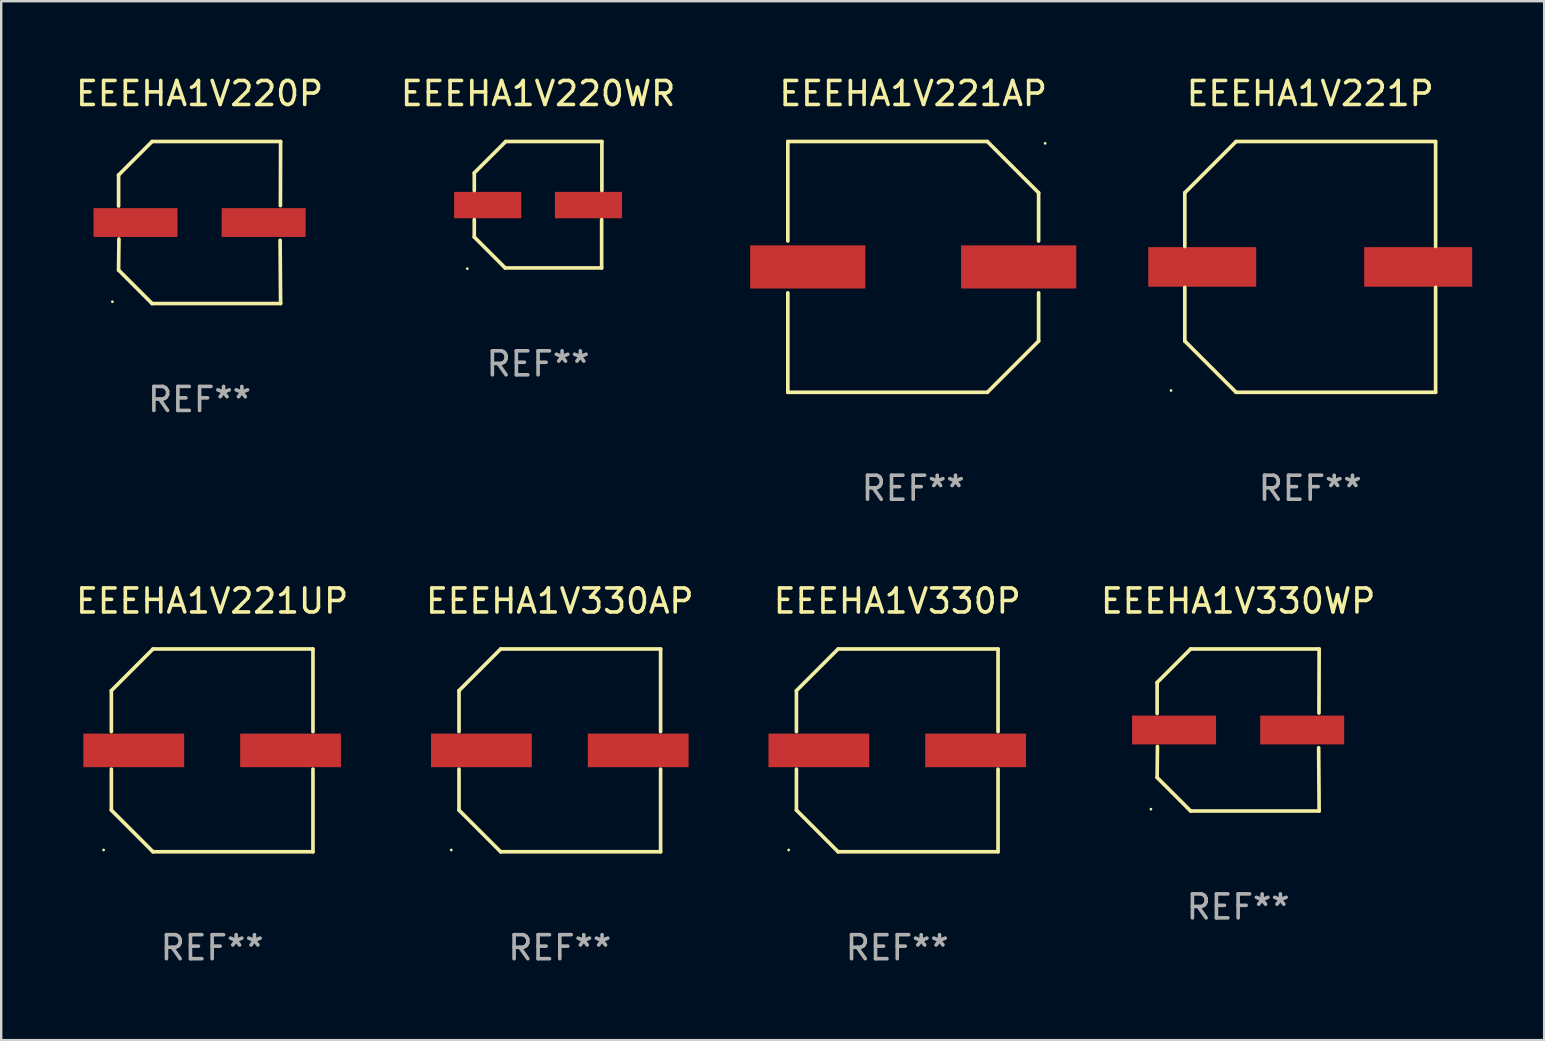
<source format=kicad_pcb>
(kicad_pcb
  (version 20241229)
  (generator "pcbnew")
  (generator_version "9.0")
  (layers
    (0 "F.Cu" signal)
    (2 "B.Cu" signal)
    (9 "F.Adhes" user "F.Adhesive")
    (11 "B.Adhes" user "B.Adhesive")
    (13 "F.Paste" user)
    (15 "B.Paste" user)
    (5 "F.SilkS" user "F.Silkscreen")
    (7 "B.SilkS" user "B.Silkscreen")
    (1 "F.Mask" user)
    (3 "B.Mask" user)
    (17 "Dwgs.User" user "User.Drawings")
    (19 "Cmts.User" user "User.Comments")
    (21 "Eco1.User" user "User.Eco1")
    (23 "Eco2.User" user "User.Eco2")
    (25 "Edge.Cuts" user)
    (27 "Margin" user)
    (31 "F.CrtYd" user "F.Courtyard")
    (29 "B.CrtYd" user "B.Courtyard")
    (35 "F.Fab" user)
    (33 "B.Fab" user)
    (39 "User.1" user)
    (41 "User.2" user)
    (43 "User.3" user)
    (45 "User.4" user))
  (footprint "EEEHA1V220WR"
    (layer "F.Cu")
    (at 19.375 5.482)
    (property "Reference" "EEEHA1V220WR" (at 0 -4.634 0) (layer "F.SilkS") (effects (font (size 1 1) (thickness 0.15))))
    (attr through_hole)
    (fp_line (start -2.659 -1.326) (end -2.659 -0.592) (stroke (width 0.152) (type solid)) (layer "F.SilkS"))
    (fp_line (start -2.659 1.346) (end -2.659 0.622) (stroke (width 0.152) (type solid)) (layer "F.SilkS"))
    (fp_line (start -1.372 2.634) (end -2.659 1.346) (stroke (width 0.152) (type solid)) (layer "F.SilkS"))
    (fp_line (start -1.349 -2.634) (end -2.659 -1.326) (stroke (width 0.152) (type solid)) (layer "F.SilkS"))
    (fp_line (start 2.649 0.622) (end 2.649 2.634) (stroke (width 0.152) (type solid)) (layer "F.SilkS"))
    (fp_line (start 2.649 2.634) (end -1.372 2.634) (stroke (width 0.152) (type solid)) (layer "F.SilkS"))
    (fp_line (start 2.659 -2.634) (end -1.349 -2.634) (stroke (width 0.152) (type solid)) (layer "F.SilkS"))
    (fp_line (start 2.659 -0.592) (end 2.659 -2.634) (stroke (width 0.152) (type solid)) (layer "F.SilkS"))
    (fp_circle (center -2.95 2.665) (end -2.92 2.665) (stroke (width 0.06) (type solid)) (fill no) (layer "F.SilkS"))
    (fp_text user "REF**" (at 0 6.634 0) (layer "F.Fab") (effects (font (size 1 1) (thickness 0.15))))
    (pad "1" smd rect (at -2.1 0.015) (size 2.8 1.1) (layers "F.Cu" "F.Mask" "F.Paste"))
    (pad "2" smd rect (at 2.1 0.015) (size 2.8 1.1) (layers "F.Cu" "F.Mask" "F.Paste")))
  (footprint "EEEHA1V221UP"
    (layer "F.Cu")
    (at 5.792 28.223)
    (property "Reference" "EEEHA1V221UP" (at 0 -6.226 0) (layer "F.SilkS") (effects (font (size 1 1) (thickness 0.15))))
    (attr through_hole)
    (fp_line (start -4.201 -2.49) (end -4.201 -0.782) (stroke (width 0.152) (type solid)) (layer "F.SilkS"))
    (fp_line (start -4.201 2.49) (end -4.201 0.782) (stroke (width 0.152) (type solid)) (layer "F.SilkS"))
    (fp_line (start -2.465 -4.226) (end -4.201 -2.49) (stroke (width 0.152) (type solid)) (layer "F.SilkS"))
    (fp_line (start -2.465 4.226) (end -4.201 2.49) (stroke (width 0.152) (type solid)) (layer "F.SilkS"))
    (fp_line (start 4.201 -4.226) (end -2.465 -4.226) (stroke (width 0.152) (type solid)) (layer "F.SilkS"))
    (fp_line (start 4.201 -0.782) (end 4.201 -4.226) (stroke (width 0.152) (type solid)) (layer "F.SilkS"))
    (fp_line (start 4.201 0.782) (end 4.201 4.226) (stroke (width 0.152) (type solid)) (layer "F.SilkS"))
    (fp_line (start 4.201 4.226) (end -2.465 4.226) (stroke (width 0.152) (type solid)) (layer "F.SilkS"))
    (fp_circle (center -4.524 4.15) (end -4.494 4.15) (stroke (width 0.06) (type solid)) (fill no) (layer "F.SilkS"))
    (fp_text user "REF**" (at 0 8.226 0) (layer "F.Fab") (effects (font (size 1 1) (thickness 0.15))))
    (pad "1" smd rect (at -3.267 0) (size 4.2 1.4) (layers "F.Cu" "F.Mask" "F.Paste"))
    (pad "2" smd rect (at 3.267 0) (size 4.2 1.4) (layers "F.Cu" "F.Mask" "F.Paste")))
  (footprint "EEEHA1V330P"
    (layer "F.Cu")
    (at 34.343 28.223)
    (property "Reference" "EEEHA1V330P" (at 0 -6.226 0) (layer "F.SilkS") (effects (font (size 1 1) (thickness 0.15))))
    (attr through_hole)
    (fp_line (start -4.201 -2.49) (end -4.201 -0.782) (stroke (width 0.152) (type solid)) (layer "F.SilkS"))
    (fp_line (start -4.201 2.49) (end -4.201 0.782) (stroke (width 0.152) (type solid)) (layer "F.SilkS"))
    (fp_line (start -2.465 -4.226) (end -4.201 -2.49) (stroke (width 0.152) (type solid)) (layer "F.SilkS"))
    (fp_line (start -2.465 4.226) (end -4.201 2.49) (stroke (width 0.152) (type solid)) (layer "F.SilkS"))
    (fp_line (start 4.201 -4.226) (end -2.465 -4.226) (stroke (width 0.152) (type solid)) (layer "F.SilkS"))
    (fp_line (start 4.201 -0.782) (end 4.201 -4.226) (stroke (width 0.152) (type solid)) (layer "F.SilkS"))
    (fp_line (start 4.201 0.782) (end 4.201 4.226) (stroke (width 0.152) (type solid)) (layer "F.SilkS"))
    (fp_line (start 4.201 4.226) (end -2.465 4.226) (stroke (width 0.152) (type solid)) (layer "F.SilkS"))
    (fp_circle (center -4.524 4.15) (end -4.494 4.15) (stroke (width 0.06) (type solid)) (fill no) (layer "F.SilkS"))
    (fp_text user "REF**" (at 0 8.226 0) (layer "F.Fab") (effects (font (size 1 1) (thickness 0.15))))
    (pad "1" smd rect (at -3.267 0) (size 4.2 1.4) (layers "F.Cu" "F.Mask" "F.Paste"))
    (pad "2" smd rect (at 3.267 0) (size 4.2 1.4) (layers "F.Cu" "F.Mask" "F.Paste")))
  (footprint "EEEHA1V221P"
    (layer "F.Cu")
    (at 51.554 8.074)
    (property "Reference" "EEEHA1V221P" (at 0 -7.226 0) (layer "F.SilkS") (effects (font (size 1 1) (thickness 0.15))))
    (attr through_hole)
    (fp_line (start -5.226 -3.09) (end -5.226 -0.852) (stroke (width 0.152) (type solid)) (layer "F.SilkS"))
    (fp_line (start -5.226 3.09) (end -5.226 0.852) (stroke (width 0.152) (type solid)) (layer "F.SilkS"))
    (fp_line (start -3.09 -5.226) (end -5.226 -3.09) (stroke (width 0.152) (type solid)) (layer "F.SilkS"))
    (fp_line (start -3.09 5.226) (end -5.226 3.09) (stroke (width 0.152) (type solid)) (layer "F.SilkS"))
    (fp_line (start 5.226 -5.226) (end -3.09 -5.226) (stroke (width 0.152) (type solid)) (layer "F.SilkS"))
    (fp_line (start 5.226 -0.852) (end 5.226 -5.226) (stroke (width 0.152) (type solid)) (layer "F.SilkS"))
    (fp_line (start 5.226 0.852) (end 5.226 5.226) (stroke (width 0.152) (type solid)) (layer "F.SilkS"))
    (fp_line (start 5.226 5.226) (end -3.09 5.226) (stroke (width 0.152) (type solid)) (layer "F.SilkS"))
    (fp_circle (center -5.8 5.15) (end -5.77 5.15) (stroke (width 0.06) (type solid)) (fill no) (layer "F.SilkS"))
    (fp_text user "REF**" (at 0 9.226 0) (layer "F.Fab") (effects (font (size 1 1) (thickness 0.15))))
    (pad "1" smd rect (at -4.5 0) (size 4.5 1.65) (layers "F.Cu" "F.Mask" "F.Paste"))
    (pad "2" smd rect (at 4.5 0) (size 4.5 1.65) (layers "F.Cu" "F.Mask" "F.Paste")))
  (footprint "EEEHA1V221AP"
    (layer "F.Cu")
    (at 35.009 8.074)
    (property "Reference" "EEEHA1V221AP" (at 0 -7.226 0) (layer "F.SilkS") (effects (font (size 1 1) (thickness 0.15))))
    (attr through_hole)
    (fp_line (start -5.226 -5.226) (end -5.226 -1.08) (stroke (width 0.152) (type solid)) (layer "F.SilkS"))
    (fp_line (start -5.226 -5.226) (end 3.09 -5.226) (stroke (width 0.152) (type solid)) (layer "F.SilkS"))
    (fp_line (start -5.226 1.08) (end -5.226 5.226) (stroke (width 0.152) (type solid)) (layer "F.SilkS"))
    (fp_line (start -5.226 5.226) (end 3.09 5.226) (stroke (width 0.152) (type solid)) (layer "F.SilkS"))
    (fp_line (start 3.09 -5.226) (end 5.226 -3.09) (stroke (width 0.152) (type solid)) (layer "F.SilkS"))
    (fp_line (start 3.09 5.226) (end 5.226 3.09) (stroke (width 0.152) (type solid)) (layer "F.SilkS"))
    (fp_line (start 5.226 -1.08) (end 5.226 -3.09) (stroke (width 0.152) (type solid)) (layer "F.SilkS"))
    (fp_line (start 5.226 3.09) (end 5.226 1.08) (stroke (width 0.152) (type solid)) (layer "F.SilkS"))
    (fp_circle (center 5.5 -5.15) (end 5.53 -5.15) (stroke (width 0.06) (type solid)) (fill no) (layer "F.SilkS"))
    (fp_text user "REF**" (at 0 9.226 0) (layer "F.Fab") (effects (font (size 1 1) (thickness 0.15))))
    (pad "1" smd rect (at 4.395 0 180) (size 4.8 1.8) (layers "F.Cu" "F.Mask" "F.Paste"))
    (pad "2" smd rect (at -4.395 0 180) (size 4.8 1.8) (layers "F.Cu" "F.Mask" "F.Paste")))
  (footprint "EEEHA1V330WP"
    (layer "F.Cu")
    (at 48.55 27.373)
    (property "Reference" "EEEHA1V330WP" (at 0 -5.376 0) (layer "F.SilkS") (effects (font (size 1 1) (thickness 0.15))))
    (attr through_hole)
    (fp_line (start -3.376 -1.98) (end -3.376 -0.686) (stroke (width 0.152) (type solid)) (layer "F.SilkS"))
    (fp_line (start -3.376 1.981) (end -3.362 0.686) (stroke (width 0.152) (type solid)) (layer "F.SilkS"))
    (fp_line (start -1.981 3.376) (end -3.376 1.981) (stroke (width 0.152) (type solid)) (layer "F.SilkS"))
    (fp_line (start -1.98 -3.376) (end -3.376 -1.98) (stroke (width 0.152) (type solid)) (layer "F.SilkS"))
    (fp_line (start 3.356 0.74) (end 3.376 3.376) (stroke (width 0.152) (type solid)) (layer "F.SilkS"))
    (fp_line (start 3.369 -0.707) (end 3.376 -3.376) (stroke (width 0.152) (type solid)) (layer "F.SilkS"))
    (fp_line (start 3.376 3.376) (end -1.981 3.376) (stroke (width 0.152) (type solid)) (layer "F.SilkS"))
    (fp_line (start 3.376 -3.376) (end -1.98 -3.376) (stroke (width 0.152) (type solid)) (layer "F.SilkS"))
    (fp_circle (center -3.634 3.3) (end -3.604 3.3) (stroke (width 0.06) (type solid)) (fill no) (layer "F.SilkS"))
    (fp_text user "REF**" (at 0 7.376 0) (layer "F.Fab") (effects (font (size 1 1) (thickness 0.15))))
    (pad "1" smd rect (at -2.67 0.000254) (size 3.5 1.2) (layers "F.Cu" "F.Mask" "F.Paste"))
    (pad "2" smd rect (at 2.67 0.000254) (size 3.5 1.2) (layers "F.Cu" "F.Mask" "F.Paste")))
  (footprint "EEEHA1V220P"
    (layer "F.Cu")
    (at 5.268 6.224)
    (property "Reference" "EEEHA1V220P" (at 0 -5.376 0) (layer "F.SilkS") (effects (font (size 1 1) (thickness 0.15))))
    (attr through_hole)
    (fp_line (start -3.376 -1.98) (end -3.376 -0.686) (stroke (width 0.152) (type solid)) (layer "F.SilkS"))
    (fp_line (start -3.376 1.981) (end -3.362 0.686) (stroke (width 0.152) (type solid)) (layer "F.SilkS"))
    (fp_line (start -1.981 3.376) (end -3.376 1.981) (stroke (width 0.152) (type solid)) (layer "F.SilkS"))
    (fp_line (start -1.98 -3.376) (end -3.376 -1.98) (stroke (width 0.152) (type solid)) (layer "F.SilkS"))
    (fp_line (start 3.356 0.74) (end 3.376 3.376) (stroke (width 0.152) (type solid)) (layer "F.SilkS"))
    (fp_line (start 3.369 -0.707) (end 3.376 -3.376) (stroke (width 0.152) (type solid)) (layer "F.SilkS"))
    (fp_line (start 3.376 3.376) (end -1.981 3.376) (stroke (width 0.152) (type solid)) (layer "F.SilkS"))
    (fp_line (start 3.376 -3.376) (end -1.98 -3.376) (stroke (width 0.152) (type solid)) (layer "F.SilkS"))
    (fp_circle (center -3.634 3.3) (end -3.604 3.3) (stroke (width 0.06) (type solid)) (fill no) (layer "F.SilkS"))
    (fp_text user "REF**" (at 0 7.376 0) (layer "F.Fab") (effects (font (size 1 1) (thickness 0.15))))
    (pad "1" smd rect (at -2.67 0.000254) (size 3.5 1.2) (layers "F.Cu" "F.Mask" "F.Paste"))
    (pad "2" smd rect (at 2.67 0.000254) (size 3.5 1.2) (layers "F.Cu" "F.Mask" "F.Paste")))
  (footprint "EEEHA1V330AP"
    (layer "F.Cu")
    (at 20.28 28.223)
    (property "Reference" "EEEHA1V330AP" (at 0 -6.226 0) (layer "F.SilkS") (effects (font (size 1 1) (thickness 0.15))))
    (attr through_hole)
    (fp_line (start -4.201 -2.49) (end -4.201 -0.782) (stroke (width 0.152) (type solid)) (layer "F.SilkS"))
    (fp_line (start -4.201 2.49) (end -4.201 0.782) (stroke (width 0.152) (type solid)) (layer "F.SilkS"))
    (fp_line (start -2.465 -4.226) (end -4.201 -2.49) (stroke (width 0.152) (type solid)) (layer "F.SilkS"))
    (fp_line (start -2.465 4.226) (end -4.201 2.49) (stroke (width 0.152) (type solid)) (layer "F.SilkS"))
    (fp_line (start 4.201 -4.226) (end -2.465 -4.226) (stroke (width 0.152) (type solid)) (layer "F.SilkS"))
    (fp_line (start 4.201 -0.782) (end 4.201 -4.226) (stroke (width 0.152) (type solid)) (layer "F.SilkS"))
    (fp_line (start 4.201 0.782) (end 4.201 4.226) (stroke (width 0.152) (type solid)) (layer "F.SilkS"))
    (fp_line (start 4.201 4.226) (end -2.465 4.226) (stroke (width 0.152) (type solid)) (layer "F.SilkS"))
    (fp_circle (center -4.524 4.15) (end -4.494 4.15) (stroke (width 0.06) (type solid)) (fill no) (layer "F.SilkS"))
    (fp_text user "REF**" (at 0 8.226 0) (layer "F.Fab") (effects (font (size 1 1) (thickness 0.15))))
    (pad "1" smd rect (at -3.267 0) (size 4.2 1.4) (layers "F.Cu" "F.Mask" "F.Paste"))
    (pad "2" smd rect (at 3.267 0) (size 4.2 1.4) (layers "F.Cu" "F.Mask" "F.Paste")))
  (gr_rect
    (start -3 -3)
    (end 61.304 40.298)
    (stroke (width 0.1) (type default))
    (fill no)
    (layer "Edge.Cuts")))
</source>
